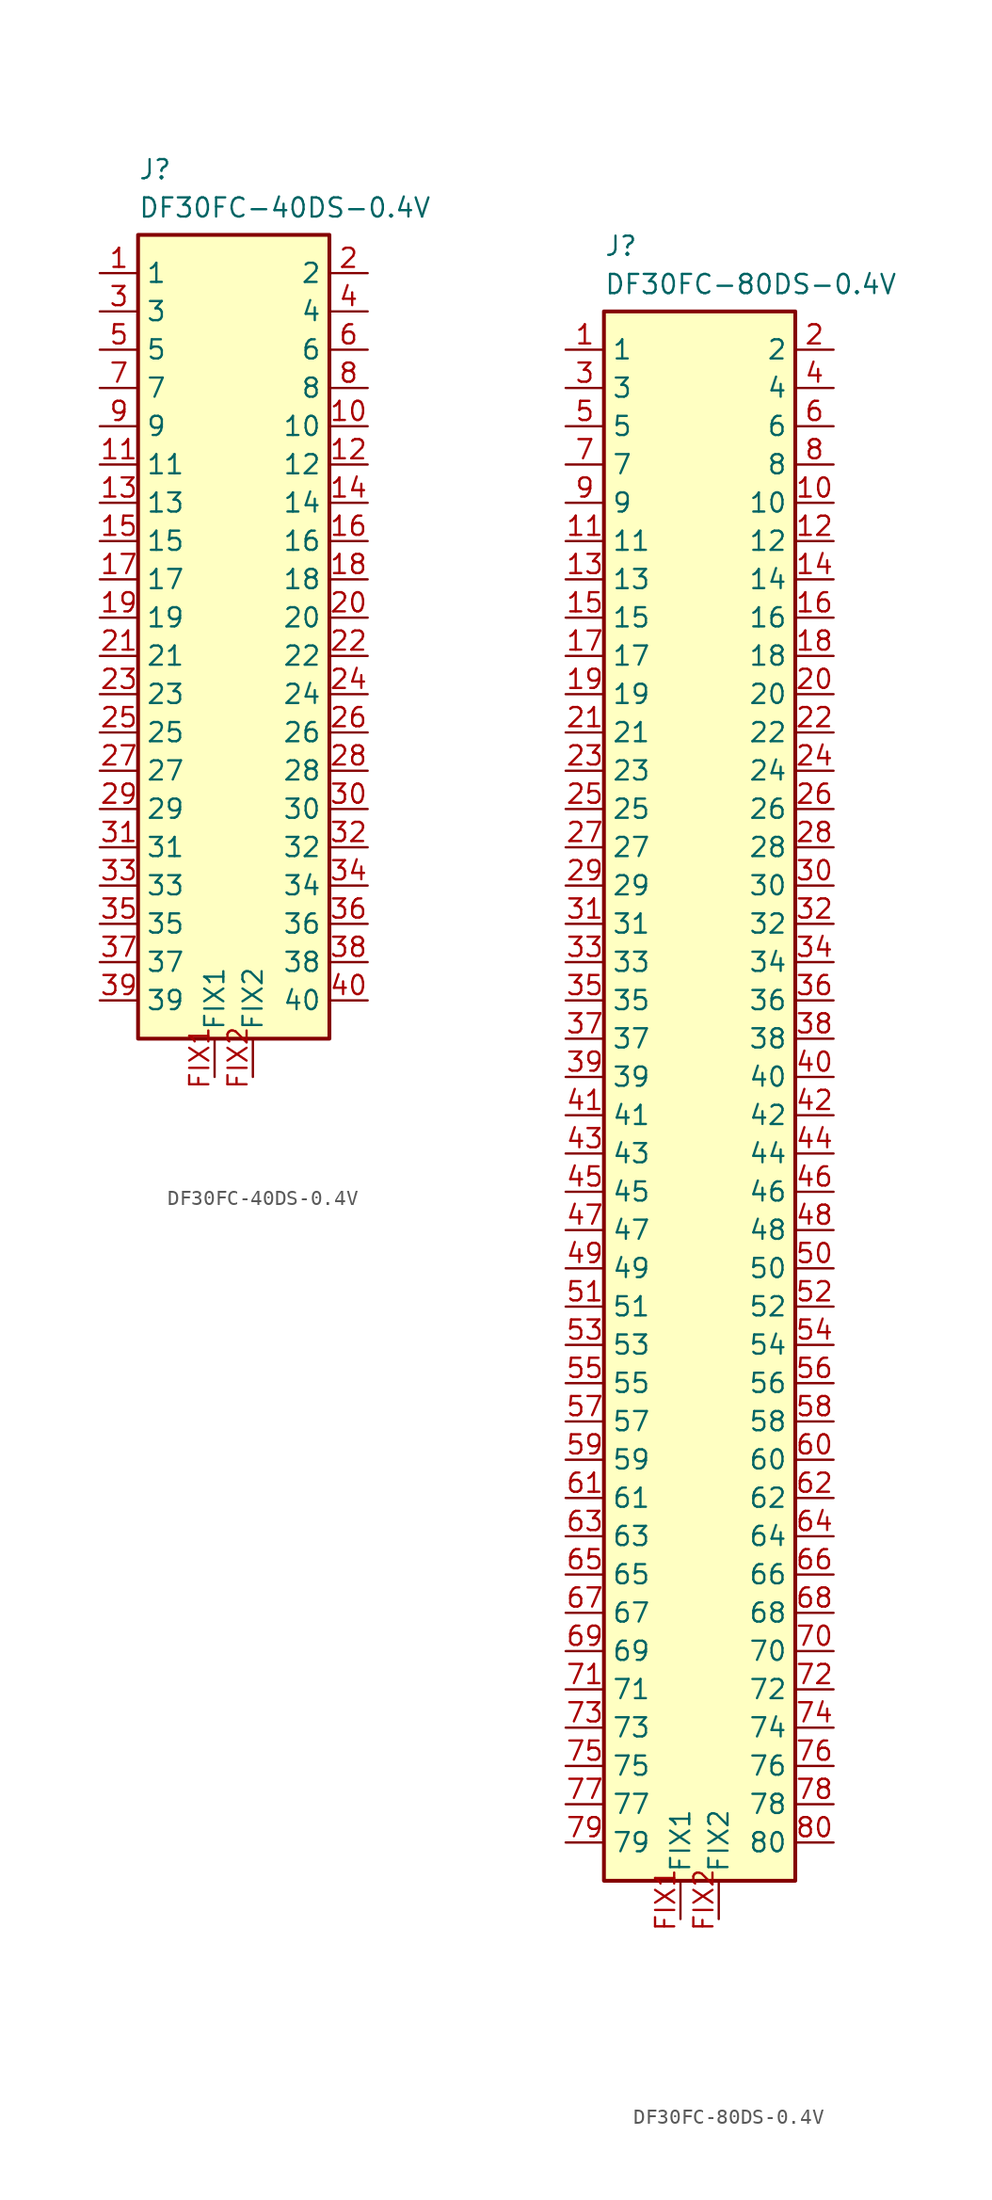
<source format=kicad_sym>
(kicad_symbol_lib
  (version 20241209)
  (generator "kicad_symbol_editor")
  (generator_version "9.0")
  (symbol "DF30FC-40DS-0.4V"
    (property "Reference" "J"
      (at 2.54 7.62 0)
      (effects (font (size 1.27 1.27)) (justify left top)))
    (property "Value" "DF30FC-40DS-0.4V"
      (at 2.54 5.08 0)
      (effects (font (size 1.27 1.27)) (justify left top)))
    (symbol "DF30FC-40DS-0.4V_1_1"
      (rectangle (start 2.54 2.54) (end 15.24 -50.8) (stroke (width 0.254) (type default)) (fill (type background)))
      (pin passive line (at 0 0 0) (length 2.54) (name "1" (effects (font (size 1.27 1.27)))) (number "1" (effects (font (size 1.27 1.27)))))
      (pin passive line (at 0 -2.54 0) (length 2.54) (name "3" (effects (font (size 1.27 1.27)))) (number "3" (effects (font (size 1.27 1.27)))))
      (pin passive line (at 0 -5.08 0) (length 2.54) (name "5" (effects (font (size 1.27 1.27)))) (number "5" (effects (font (size 1.27 1.27)))))
      (pin passive line (at 0 -7.62 0) (length 2.54) (name "7" (effects (font (size 1.27 1.27)))) (number "7" (effects (font (size 1.27 1.27)))))
      (pin passive line (at 0 -10.16 0) (length 2.54) (name "9" (effects (font (size 1.27 1.27)))) (number "9" (effects (font (size 1.27 1.27)))))
      (pin passive line (at 0 -12.7 0) (length 2.54) (name "11" (effects (font (size 1.27 1.27)))) (number "11" (effects (font (size 1.27 1.27)))))
      (pin passive line (at 0 -15.24 0) (length 2.54) (name "13" (effects (font (size 1.27 1.27)))) (number "13" (effects (font (size 1.27 1.27)))))
      (pin passive line (at 0 -17.78 0) (length 2.54) (name "15" (effects (font (size 1.27 1.27)))) (number "15" (effects (font (size 1.27 1.27)))))
      (pin passive line (at 0 -20.32 0) (length 2.54) (name "17" (effects (font (size 1.27 1.27)))) (number "17" (effects (font (size 1.27 1.27)))))
      (pin passive line (at 0 -22.86 0) (length 2.54) (name "19" (effects (font (size 1.27 1.27)))) (number "19" (effects (font (size 1.27 1.27)))))
      (pin passive line (at 0 -25.4 0) (length 2.54) (name "21" (effects (font (size 1.27 1.27)))) (number "21" (effects (font (size 1.27 1.27)))))
      (pin passive line (at 0 -27.94 0) (length 2.54) (name "23" (effects (font (size 1.27 1.27)))) (number "23" (effects (font (size 1.27 1.27)))))
      (pin passive line (at 0 -30.48 0) (length 2.54) (name "25" (effects (font (size 1.27 1.27)))) (number "25" (effects (font (size 1.27 1.27)))))
      (pin passive line (at 0 -33.02 0) (length 2.54) (name "27" (effects (font (size 1.27 1.27)))) (number "27" (effects (font (size 1.27 1.27)))))
      (pin passive line (at 0 -35.56 0) (length 2.54) (name "29" (effects (font (size 1.27 1.27)))) (number "29" (effects (font (size 1.27 1.27)))))
      (pin passive line (at 0 -38.1 0) (length 2.54) (name "31" (effects (font (size 1.27 1.27)))) (number "31" (effects (font (size 1.27 1.27)))))
      (pin passive line (at 0 -40.64 0) (length 2.54) (name "33" (effects (font (size 1.27 1.27)))) (number "33" (effects (font (size 1.27 1.27)))))
      (pin passive line (at 0 -43.18 0) (length 2.54) (name "35" (effects (font (size 1.27 1.27)))) (number "35" (effects (font (size 1.27 1.27)))))
      (pin passive line (at 0 -45.72 0) (length 2.54) (name "37" (effects (font (size 1.27 1.27)))) (number "37" (effects (font (size 1.27 1.27)))))
      (pin passive line (at 0 -48.26 0) (length 2.54) (name "39" (effects (font (size 1.27 1.27)))) (number "39" (effects (font (size 1.27 1.27)))))
      (pin passive line (at 7.62 -53.34 90) (length 2.54) (name "FIX1" (effects (font (size 1.27 1.27)))) (number "FIX1" (effects (font (size 1.27 1.27)))))
      (pin passive line (at 10.16 -53.34 90) (length 2.54) (name "FIX2" (effects (font (size 1.27 1.27)))) (number "FIX2" (effects (font (size 1.27 1.27)))))
      (pin passive line (at 17.78 0 180) (length 2.54) (name "2" (effects (font (size 1.27 1.27)))) (number "2" (effects (font (size 1.27 1.27)))))
      (pin passive line (at 17.78 -2.54 180) (length 2.54) (name "4" (effects (font (size 1.27 1.27)))) (number "4" (effects (font (size 1.27 1.27)))))
      (pin passive line (at 17.78 -5.08 180) (length 2.54) (name "6" (effects (font (size 1.27 1.27)))) (number "6" (effects (font (size 1.27 1.27)))))
      (pin passive line (at 17.78 -7.62 180) (length 2.54) (name "8" (effects (font (size 1.27 1.27)))) (number "8" (effects (font (size 1.27 1.27)))))
      (pin passive line (at 17.78 -10.16 180) (length 2.54) (name "10" (effects (font (size 1.27 1.27)))) (number "10" (effects (font (size 1.27 1.27)))))
      (pin passive line (at 17.78 -12.7 180) (length 2.54) (name "12" (effects (font (size 1.27 1.27)))) (number "12" (effects (font (size 1.27 1.27)))))
      (pin passive line (at 17.78 -15.24 180) (length 2.54) (name "14" (effects (font (size 1.27 1.27)))) (number "14" (effects (font (size 1.27 1.27)))))
      (pin passive line (at 17.78 -17.78 180) (length 2.54) (name "16" (effects (font (size 1.27 1.27)))) (number "16" (effects (font (size 1.27 1.27)))))
      (pin passive line (at 17.78 -20.32 180) (length 2.54) (name "18" (effects (font (size 1.27 1.27)))) (number "18" (effects (font (size 1.27 1.27)))))
      (pin passive line (at 17.78 -22.86 180) (length 2.54) (name "20" (effects (font (size 1.27 1.27)))) (number "20" (effects (font (size 1.27 1.27)))))
      (pin passive line (at 17.78 -25.4 180) (length 2.54) (name "22" (effects (font (size 1.27 1.27)))) (number "22" (effects (font (size 1.27 1.27)))))
      (pin passive line (at 17.78 -27.94 180) (length 2.54) (name "24" (effects (font (size 1.27 1.27)))) (number "24" (effects (font (size 1.27 1.27)))))
      (pin passive line (at 17.78 -30.48 180) (length 2.54) (name "26" (effects (font (size 1.27 1.27)))) (number "26" (effects (font (size 1.27 1.27)))))
      (pin passive line (at 17.78 -33.02 180) (length 2.54) (name "28" (effects (font (size 1.27 1.27)))) (number "28" (effects (font (size 1.27 1.27)))))
      (pin passive line (at 17.78 -35.56 180) (length 2.54) (name "30" (effects (font (size 1.27 1.27)))) (number "30" (effects (font (size 1.27 1.27)))))
      (pin passive line (at 17.78 -38.1 180) (length 2.54) (name "32" (effects (font (size 1.27 1.27)))) (number "32" (effects (font (size 1.27 1.27)))))
      (pin passive line (at 17.78 -40.64 180) (length 2.54) (name "34" (effects (font (size 1.27 1.27)))) (number "34" (effects (font (size 1.27 1.27)))))
      (pin passive line (at 17.78 -43.18 180) (length 2.54) (name "36" (effects (font (size 1.27 1.27)))) (number "36" (effects (font (size 1.27 1.27)))))
      (pin passive line (at 17.78 -45.72 180) (length 2.54) (name "38" (effects (font (size 1.27 1.27)))) (number "38" (effects (font (size 1.27 1.27)))))
      (pin passive line (at 17.78 -48.26 180) (length 2.54) (name "40" (effects (font (size 1.27 1.27)))) (number "40" (effects (font (size 1.27 1.27)))))))
  (symbol "DF30FC-80DS-0.4V"
    (property "Reference" "J"
      (at 2.54 7.62 0)
      (effects (font (size 1.27 1.27)) (justify left top)))
    (property "Value" "DF30FC-80DS-0.4V"
      (at 2.54 5.08 0)
      (effects (font (size 1.27 1.27)) (justify left top)))
    (symbol "DF30FC-80DS-0.4V_1_1"
      (rectangle (start 2.54 2.54) (end 15.24 -101.6) (stroke (width 0.254) (type default)) (fill (type background)))
      (pin passive line (at 0 0 0) (length 2.54) (name "1" (effects (font (size 1.27 1.27)))) (number "1" (effects (font (size 1.27 1.27)))))
      (pin passive line (at 0 -2.54 0) (length 2.54) (name "3" (effects (font (size 1.27 1.27)))) (number "3" (effects (font (size 1.27 1.27)))))
      (pin passive line (at 0 -5.08 0) (length 2.54) (name "5" (effects (font (size 1.27 1.27)))) (number "5" (effects (font (size 1.27 1.27)))))
      (pin passive line (at 0 -7.62 0) (length 2.54) (name "7" (effects (font (size 1.27 1.27)))) (number "7" (effects (font (size 1.27 1.27)))))
      (pin passive line (at 0 -10.16 0) (length 2.54) (name "9" (effects (font (size 1.27 1.27)))) (number "9" (effects (font (size 1.27 1.27)))))
      (pin passive line (at 0 -12.7 0) (length 2.54) (name "11" (effects (font (size 1.27 1.27)))) (number "11" (effects (font (size 1.27 1.27)))))
      (pin passive line (at 0 -15.24 0) (length 2.54) (name "13" (effects (font (size 1.27 1.27)))) (number "13" (effects (font (size 1.27 1.27)))))
      (pin passive line (at 0 -17.78 0) (length 2.54) (name "15" (effects (font (size 1.27 1.27)))) (number "15" (effects (font (size 1.27 1.27)))))
      (pin passive line (at 0 -20.32 0) (length 2.54) (name "17" (effects (font (size 1.27 1.27)))) (number "17" (effects (font (size 1.27 1.27)))))
      (pin passive line (at 0 -22.86 0) (length 2.54) (name "19" (effects (font (size 1.27 1.27)))) (number "19" (effects (font (size 1.27 1.27)))))
      (pin passive line (at 0 -25.4 0) (length 2.54) (name "21" (effects (font (size 1.27 1.27)))) (number "21" (effects (font (size 1.27 1.27)))))
      (pin passive line (at 0 -27.94 0) (length 2.54) (name "23" (effects (font (size 1.27 1.27)))) (number "23" (effects (font (size 1.27 1.27)))))
      (pin passive line (at 0 -30.48 0) (length 2.54) (name "25" (effects (font (size 1.27 1.27)))) (number "25" (effects (font (size 1.27 1.27)))))
      (pin passive line (at 0 -33.02 0) (length 2.54) (name "27" (effects (font (size 1.27 1.27)))) (number "27" (effects (font (size 1.27 1.27)))))
      (pin passive line (at 0 -35.56 0) (length 2.54) (name "29" (effects (font (size 1.27 1.27)))) (number "29" (effects (font (size 1.27 1.27)))))
      (pin passive line (at 0 -38.1 0) (length 2.54) (name "31" (effects (font (size 1.27 1.27)))) (number "31" (effects (font (size 1.27 1.27)))))
      (pin passive line (at 0 -40.64 0) (length 2.54) (name "33" (effects (font (size 1.27 1.27)))) (number "33" (effects (font (size 1.27 1.27)))))
      (pin passive line (at 0 -43.18 0) (length 2.54) (name "35" (effects (font (size 1.27 1.27)))) (number "35" (effects (font (size 1.27 1.27)))))
      (pin passive line (at 0 -45.72 0) (length 2.54) (name "37" (effects (font (size 1.27 1.27)))) (number "37" (effects (font (size 1.27 1.27)))))
      (pin passive line (at 0 -48.26 0) (length 2.54) (name "39" (effects (font (size 1.27 1.27)))) (number "39" (effects (font (size 1.27 1.27)))))
      (pin passive line (at 0 -50.8 0) (length 2.54) (name "41" (effects (font (size 1.27 1.27)))) (number "41" (effects (font (size 1.27 1.27)))))
      (pin passive line (at 0 -53.34 0) (length 2.54) (name "43" (effects (font (size 1.27 1.27)))) (number "43" (effects (font (size 1.27 1.27)))))
      (pin passive line (at 0 -55.88 0) (length 2.54) (name "45" (effects (font (size 1.27 1.27)))) (number "45" (effects (font (size 1.27 1.27)))))
      (pin passive line (at 0 -58.42 0) (length 2.54) (name "47" (effects (font (size 1.27 1.27)))) (number "47" (effects (font (size 1.27 1.27)))))
      (pin passive line (at 0 -60.96 0) (length 2.54) (name "49" (effects (font (size 1.27 1.27)))) (number "49" (effects (font (size 1.27 1.27)))))
      (pin passive line (at 0 -63.5 0) (length 2.54) (name "51" (effects (font (size 1.27 1.27)))) (number "51" (effects (font (size 1.27 1.27)))))
      (pin passive line (at 0 -66.04 0) (length 2.54) (name "53" (effects (font (size 1.27 1.27)))) (number "53" (effects (font (size 1.27 1.27)))))
      (pin passive line (at 0 -68.58 0) (length 2.54) (name "55" (effects (font (size 1.27 1.27)))) (number "55" (effects (font (size 1.27 1.27)))))
      (pin passive line (at 0 -71.12 0) (length 2.54) (name "57" (effects (font (size 1.27 1.27)))) (number "57" (effects (font (size 1.27 1.27)))))
      (pin passive line (at 0 -73.66 0) (length 2.54) (name "59" (effects (font (size 1.27 1.27)))) (number "59" (effects (font (size 1.27 1.27)))))
      (pin passive line (at 0 -76.2 0) (length 2.54) (name "61" (effects (font (size 1.27 1.27)))) (number "61" (effects (font (size 1.27 1.27)))))
      (pin passive line (at 0 -78.74 0) (length 2.54) (name "63" (effects (font (size 1.27 1.27)))) (number "63" (effects (font (size 1.27 1.27)))))
      (pin passive line (at 0 -81.28 0) (length 2.54) (name "65" (effects (font (size 1.27 1.27)))) (number "65" (effects (font (size 1.27 1.27)))))
      (pin passive line (at 0 -83.82 0) (length 2.54) (name "67" (effects (font (size 1.27 1.27)))) (number "67" (effects (font (size 1.27 1.27)))))
      (pin passive line (at 0 -86.36 0) (length 2.54) (name "69" (effects (font (size 1.27 1.27)))) (number "69" (effects (font (size 1.27 1.27)))))
      (pin passive line (at 0 -88.9 0) (length 2.54) (name "71" (effects (font (size 1.27 1.27)))) (number "71" (effects (font (size 1.27 1.27)))))
      (pin passive line (at 0 -91.44 0) (length 2.54) (name "73" (effects (font (size 1.27 1.27)))) (number "73" (effects (font (size 1.27 1.27)))))
      (pin passive line (at 0 -93.98 0) (length 2.54) (name "75" (effects (font (size 1.27 1.27)))) (number "75" (effects (font (size 1.27 1.27)))))
      (pin passive line (at 0 -96.52 0) (length 2.54) (name "77" (effects (font (size 1.27 1.27)))) (number "77" (effects (font (size 1.27 1.27)))))
      (pin passive line (at 0 -99.06 0) (length 2.54) (name "79" (effects (font (size 1.27 1.27)))) (number "79" (effects (font (size 1.27 1.27)))))
      (pin passive line (at 7.62 -104.14 90) (length 2.54) (name "FIX1" (effects (font (size 1.27 1.27)))) (number "FIX1" (effects (font (size 1.27 1.27)))))
      (pin passive line (at 10.16 -104.14 90) (length 2.54) (name "FIX2" (effects (font (size 1.27 1.27)))) (number "FIX2" (effects (font (size 1.27 1.27)))))
      (pin passive line (at 17.78 0 180) (length 2.54) (name "2" (effects (font (size 1.27 1.27)))) (number "2" (effects (font (size 1.27 1.27)))))
      (pin passive line (at 17.78 -2.54 180) (length 2.54) (name "4" (effects (font (size 1.27 1.27)))) (number "4" (effects (font (size 1.27 1.27)))))
      (pin passive line (at 17.78 -5.08 180) (length 2.54) (name "6" (effects (font (size 1.27 1.27)))) (number "6" (effects (font (size 1.27 1.27)))))
      (pin passive line (at 17.78 -7.62 180) (length 2.54) (name "8" (effects (font (size 1.27 1.27)))) (number "8" (effects (font (size 1.27 1.27)))))
      (pin passive line (at 17.78 -10.16 180) (length 2.54) (name "10" (effects (font (size 1.27 1.27)))) (number "10" (effects (font (size 1.27 1.27)))))
      (pin passive line (at 17.78 -12.7 180) (length 2.54) (name "12" (effects (font (size 1.27 1.27)))) (number "12" (effects (font (size 1.27 1.27)))))
      (pin passive line (at 17.78 -15.24 180) (length 2.54) (name "14" (effects (font (size 1.27 1.27)))) (number "14" (effects (font (size 1.27 1.27)))))
      (pin passive line (at 17.78 -17.78 180) (length 2.54) (name "16" (effects (font (size 1.27 1.27)))) (number "16" (effects (font (size 1.27 1.27)))))
      (pin passive line (at 17.78 -20.32 180) (length 2.54) (name "18" (effects (font (size 1.27 1.27)))) (number "18" (effects (font (size 1.27 1.27)))))
      (pin passive line (at 17.78 -22.86 180) (length 2.54) (name "20" (effects (font (size 1.27 1.27)))) (number "20" (effects (font (size 1.27 1.27)))))
      (pin passive line (at 17.78 -25.4 180) (length 2.54) (name "22" (effects (font (size 1.27 1.27)))) (number "22" (effects (font (size 1.27 1.27)))))
      (pin passive line (at 17.78 -27.94 180) (length 2.54) (name "24" (effects (font (size 1.27 1.27)))) (number "24" (effects (font (size 1.27 1.27)))))
      (pin passive line (at 17.78 -30.48 180) (length 2.54) (name "26" (effects (font (size 1.27 1.27)))) (number "26" (effects (font (size 1.27 1.27)))))
      (pin passive line (at 17.78 -33.02 180) (length 2.54) (name "28" (effects (font (size 1.27 1.27)))) (number "28" (effects (font (size 1.27 1.27)))))
      (pin passive line (at 17.78 -35.56 180) (length 2.54) (name "30" (effects (font (size 1.27 1.27)))) (number "30" (effects (font (size 1.27 1.27)))))
      (pin passive line (at 17.78 -38.1 180) (length 2.54) (name "32" (effects (font (size 1.27 1.27)))) (number "32" (effects (font (size 1.27 1.27)))))
      (pin passive line (at 17.78 -40.64 180) (length 2.54) (name "34" (effects (font (size 1.27 1.27)))) (number "34" (effects (font (size 1.27 1.27)))))
      (pin passive line (at 17.78 -43.18 180) (length 2.54) (name "36" (effects (font (size 1.27 1.27)))) (number "36" (effects (font (size 1.27 1.27)))))
      (pin passive line (at 17.78 -45.72 180) (length 2.54) (name "38" (effects (font (size 1.27 1.27)))) (number "38" (effects (font (size 1.27 1.27)))))
      (pin passive line (at 17.78 -48.26 180) (length 2.54) (name "40" (effects (font (size 1.27 1.27)))) (number "40" (effects (font (size 1.27 1.27)))))
      (pin passive line (at 17.78 -50.8 180) (length 2.54) (name "42" (effects (font (size 1.27 1.27)))) (number "42" (effects (font (size 1.27 1.27)))))
      (pin passive line (at 17.78 -53.34 180) (length 2.54) (name "44" (effects (font (size 1.27 1.27)))) (number "44" (effects (font (size 1.27 1.27)))))
      (pin passive line (at 17.78 -55.88 180) (length 2.54) (name "46" (effects (font (size 1.27 1.27)))) (number "46" (effects (font (size 1.27 1.27)))))
      (pin passive line (at 17.78 -58.42 180) (length 2.54) (name "48" (effects (font (size 1.27 1.27)))) (number "48" (effects (font (size 1.27 1.27)))))
      (pin passive line (at 17.78 -60.96 180) (length 2.54) (name "50" (effects (font (size 1.27 1.27)))) (number "50" (effects (font (size 1.27 1.27)))))
      (pin passive line (at 17.78 -63.5 180) (length 2.54) (name "52" (effects (font (size 1.27 1.27)))) (number "52" (effects (font (size 1.27 1.27)))))
      (pin passive line (at 17.78 -66.04 180) (length 2.54) (name "54" (effects (font (size 1.27 1.27)))) (number "54" (effects (font (size 1.27 1.27)))))
      (pin passive line (at 17.78 -68.58 180) (length 2.54) (name "56" (effects (font (size 1.27 1.27)))) (number "56" (effects (font (size 1.27 1.27)))))
      (pin passive line (at 17.78 -71.12 180) (length 2.54) (name "58" (effects (font (size 1.27 1.27)))) (number "58" (effects (font (size 1.27 1.27)))))
      (pin passive line (at 17.78 -73.66 180) (length 2.54) (name "60" (effects (font (size 1.27 1.27)))) (number "60" (effects (font (size 1.27 1.27)))))
      (pin passive line (at 17.78 -76.2 180) (length 2.54) (name "62" (effects (font (size 1.27 1.27)))) (number "62" (effects (font (size 1.27 1.27)))))
      (pin passive line (at 17.78 -78.74 180) (length 2.54) (name "64" (effects (font (size 1.27 1.27)))) (number "64" (effects (font (size 1.27 1.27)))))
      (pin passive line (at 17.78 -81.28 180) (length 2.54) (name "66" (effects (font (size 1.27 1.27)))) (number "66" (effects (font (size 1.27 1.27)))))
      (pin passive line (at 17.78 -83.82 180) (length 2.54) (name "68" (effects (font (size 1.27 1.27)))) (number "68" (effects (font (size 1.27 1.27)))))
      (pin passive line (at 17.78 -86.36 180) (length 2.54) (name "70" (effects (font (size 1.27 1.27)))) (number "70" (effects (font (size 1.27 1.27)))))
      (pin passive line (at 17.78 -88.9 180) (length 2.54) (name "72" (effects (font (size 1.27 1.27)))) (number "72" (effects (font (size 1.27 1.27)))))
      (pin passive line (at 17.78 -91.44 180) (length 2.54) (name "74" (effects (font (size 1.27 1.27)))) (number "74" (effects (font (size 1.27 1.27)))))
      (pin passive line (at 17.78 -93.98 180) (length 2.54) (name "76" (effects (font (size 1.27 1.27)))) (number "76" (effects (font (size 1.27 1.27)))))
      (pin passive line (at 17.78 -96.52 180) (length 2.54) (name "78" (effects (font (size 1.27 1.27)))) (number "78" (effects (font (size 1.27 1.27)))))
      (pin passive line (at 17.78 -99.06 180) (length 2.54) (name "80" (effects (font (size 1.27 1.27)))) (number "80" (effects (font (size 1.27 1.27))))))))
</source>
